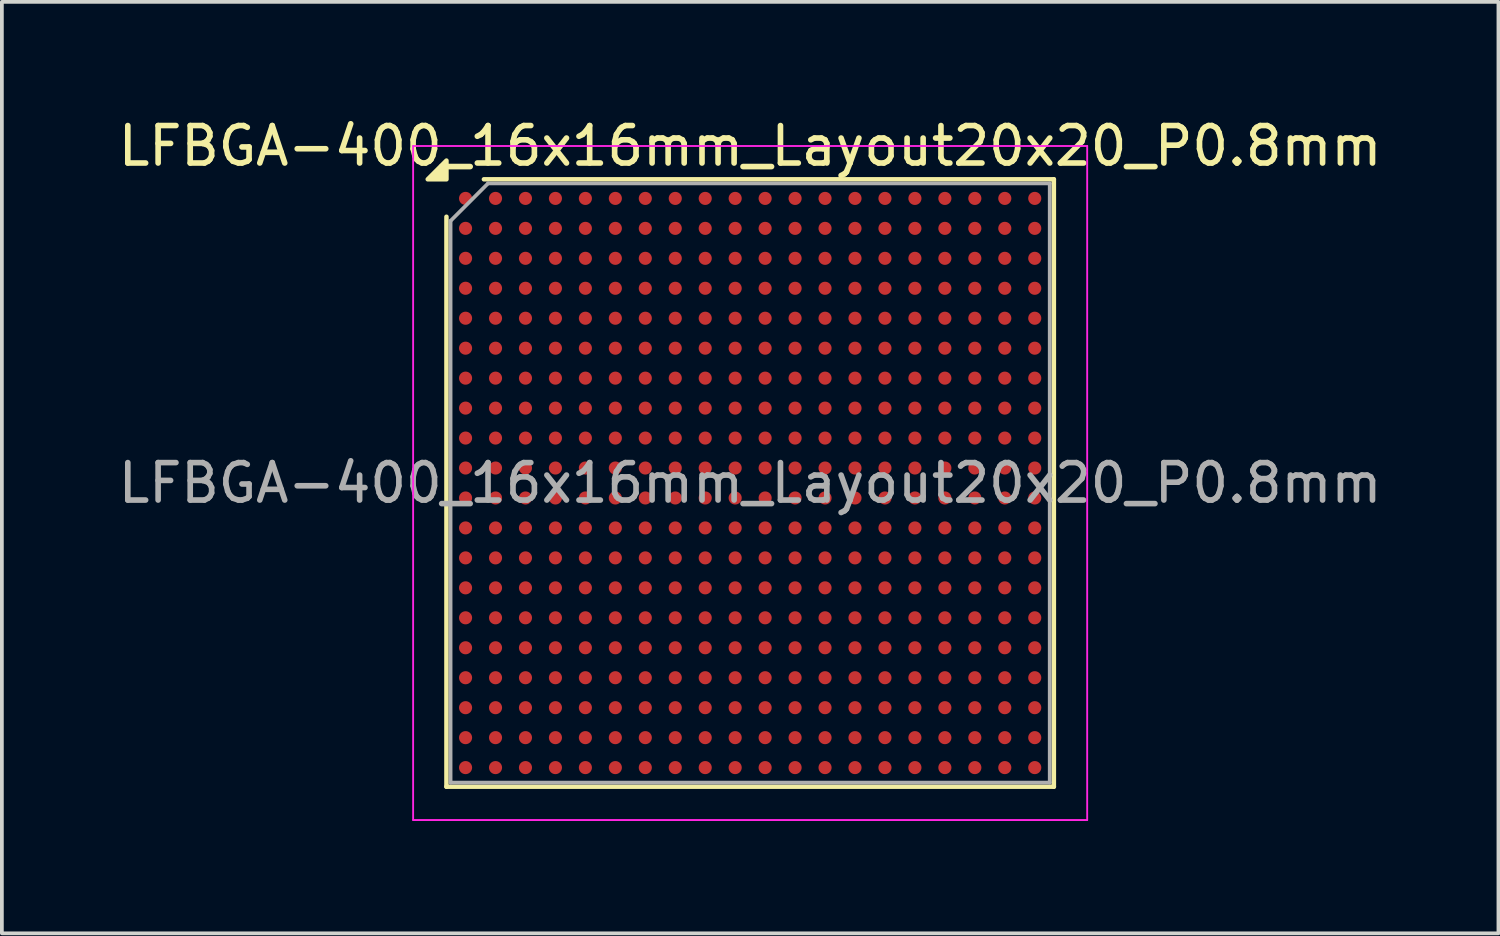
<source format=kicad_pcb>
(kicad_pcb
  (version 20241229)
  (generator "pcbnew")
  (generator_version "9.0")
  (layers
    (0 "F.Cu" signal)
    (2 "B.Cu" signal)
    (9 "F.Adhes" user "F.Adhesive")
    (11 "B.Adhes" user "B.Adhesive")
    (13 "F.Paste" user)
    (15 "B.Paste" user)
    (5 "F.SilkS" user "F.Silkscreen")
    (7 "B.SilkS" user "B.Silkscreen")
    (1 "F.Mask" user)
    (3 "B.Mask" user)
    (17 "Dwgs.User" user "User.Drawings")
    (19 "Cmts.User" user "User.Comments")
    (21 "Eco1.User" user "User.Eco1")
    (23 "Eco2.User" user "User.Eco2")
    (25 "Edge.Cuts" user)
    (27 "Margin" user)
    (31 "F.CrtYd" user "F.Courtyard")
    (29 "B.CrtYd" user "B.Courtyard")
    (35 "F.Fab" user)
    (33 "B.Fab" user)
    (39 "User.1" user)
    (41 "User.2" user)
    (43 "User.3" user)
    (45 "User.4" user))
  (footprint "LFBGA-400_16x16mm_Layout20x20_P0.8mm"
    (layer "F.Cu")
    (at 16.982 9.848)
    (property "Reference" "LFBGA-400_16x16mm_Layout20x20_P0.8mm" (at 0 -9 0) (layer "F.SilkS") (effects (font (size 1 1) (thickness 0.15))))
    (attr smd)
    (fp_line (start -8.11 8.11) (end -8.11 -7.11) (stroke (width 0.12) (type solid)) (layer "F.SilkS"))
    (fp_line (start -7.11 -8.11) (end 8.11 -8.11) (stroke (width 0.12) (type solid)) (layer "F.SilkS"))
    (fp_line (start 8.11 -8.11) (end 8.11 8.11) (stroke (width 0.12) (type solid)) (layer "F.SilkS"))
    (fp_line (start 8.11 8.11) (end -8.11 8.11) (stroke (width 0.12) (type solid)) (layer "F.SilkS"))
    (fp_poly (pts (xy -8.11 -8.11) (xy -8.61 -8.11) (xy -8.11 -8.61) (xy -8.11 -8.11)) (stroke (width 0.12) (type solid)) (fill yes) (layer "F.SilkS"))
    (fp_line (start -9 -9) (end -9 9) (stroke (width 0.05) (type solid)) (layer "F.CrtYd"))
    (fp_line (start -9 9) (end 9 9) (stroke (width 0.05) (type solid)) (layer "F.CrtYd"))
    (fp_line (start 9 -9) (end -9 -9) (stroke (width 0.05) (type solid)) (layer "F.CrtYd"))
    (fp_line (start 9 9) (end 9 -9) (stroke (width 0.05) (type solid)) (layer "F.CrtYd"))
    (fp_line (start -8 -7) (end -7 -8) (stroke (width 0.1) (type solid)) (layer "F.Fab"))
    (fp_line (start -8 8) (end -8 -7) (stroke (width 0.1) (type solid)) (layer "F.Fab"))
    (fp_line (start -7 -8) (end 8 -8) (stroke (width 0.1) (type solid)) (layer "F.Fab"))
    (fp_line (start 8 -8) (end 8 8) (stroke (width 0.1) (type solid)) (layer "F.Fab"))
    (fp_line (start 8 8) (end -8 8) (stroke (width 0.1) (type solid)) (layer "F.Fab"))
    (fp_text user "${REFERENCE}" (at 0 0 0) (layer "F.Fab") (effects (font (size 1 1) (thickness 0.15))))
    (pad "A1" smd circle (at -7.6 -7.6) (size 0.35 0.35) (property pad_prop_bga) (layers "F.Cu" "F.Mask" "F.Paste"))
    (pad "A2" smd circle (at -6.8 -7.6) (size 0.35 0.35) (property pad_prop_bga) (layers "F.Cu" "F.Mask" "F.Paste"))
    (pad "A3" smd circle (at -6 -7.6) (size 0.35 0.35) (property pad_prop_bga) (layers "F.Cu" "F.Mask" "F.Paste"))
    (pad "A4" smd circle (at -5.2 -7.6) (size 0.35 0.35) (property pad_prop_bga) (layers "F.Cu" "F.Mask" "F.Paste"))
    (pad "A5" smd circle (at -4.4 -7.6) (size 0.35 0.35) (property pad_prop_bga) (layers "F.Cu" "F.Mask" "F.Paste"))
    (pad "A6" smd circle (at -3.6 -7.6) (size 0.35 0.35) (property pad_prop_bga) (layers "F.Cu" "F.Mask" "F.Paste"))
    (pad "A7" smd circle (at -2.8 -7.6) (size 0.35 0.35) (property pad_prop_bga) (layers "F.Cu" "F.Mask" "F.Paste"))
    (pad "A8" smd circle (at -2 -7.6) (size 0.35 0.35) (property pad_prop_bga) (layers "F.Cu" "F.Mask" "F.Paste"))
    (pad "A9" smd circle (at -1.2 -7.6) (size 0.35 0.35) (property pad_prop_bga) (layers "F.Cu" "F.Mask" "F.Paste"))
    (pad "A10" smd circle (at -0.4 -7.6) (size 0.35 0.35) (property pad_prop_bga) (layers "F.Cu" "F.Mask" "F.Paste"))
    (pad "A11" smd circle (at 0.4 -7.6) (size 0.35 0.35) (property pad_prop_bga) (layers "F.Cu" "F.Mask" "F.Paste"))
    (pad "A12" smd circle (at 1.2 -7.6) (size 0.35 0.35) (property pad_prop_bga) (layers "F.Cu" "F.Mask" "F.Paste"))
    (pad "A13" smd circle (at 2 -7.6) (size 0.35 0.35) (property pad_prop_bga) (layers "F.Cu" "F.Mask" "F.Paste"))
    (pad "A14" smd circle (at 2.8 -7.6) (size 0.35 0.35) (property pad_prop_bga) (layers "F.Cu" "F.Mask" "F.Paste"))
    (pad "A15" smd circle (at 3.6 -7.6) (size 0.35 0.35) (property pad_prop_bga) (layers "F.Cu" "F.Mask" "F.Paste"))
    (pad "A16" smd circle (at 4.4 -7.6) (size 0.35 0.35) (property pad_prop_bga) (layers "F.Cu" "F.Mask" "F.Paste"))
    (pad "A17" smd circle (at 5.2 -7.6) (size 0.35 0.35) (property pad_prop_bga) (layers "F.Cu" "F.Mask" "F.Paste"))
    (pad "A18" smd circle (at 6 -7.6) (size 0.35 0.35) (property pad_prop_bga) (layers "F.Cu" "F.Mask" "F.Paste"))
    (pad "A19" smd circle (at 6.8 -7.6) (size 0.35 0.35) (property pad_prop_bga) (layers "F.Cu" "F.Mask" "F.Paste"))
    (pad "A20" smd circle (at 7.6 -7.6) (size 0.35 0.35) (property pad_prop_bga) (layers "F.Cu" "F.Mask" "F.Paste"))
    (pad "B1" smd circle (at -7.6 -6.8) (size 0.35 0.35) (property pad_prop_bga) (layers "F.Cu" "F.Mask" "F.Paste"))
    (pad "B2" smd circle (at -6.8 -6.8) (size 0.35 0.35) (property pad_prop_bga) (layers "F.Cu" "F.Mask" "F.Paste"))
    (pad "B3" smd circle (at -6 -6.8) (size 0.35 0.35) (property pad_prop_bga) (layers "F.Cu" "F.Mask" "F.Paste"))
    (pad "B4" smd circle (at -5.2 -6.8) (size 0.35 0.35) (property pad_prop_bga) (layers "F.Cu" "F.Mask" "F.Paste"))
    (pad "B5" smd circle (at -4.4 -6.8) (size 0.35 0.35) (property pad_prop_bga) (layers "F.Cu" "F.Mask" "F.Paste"))
    (pad "B6" smd circle (at -3.6 -6.8) (size 0.35 0.35) (property pad_prop_bga) (layers "F.Cu" "F.Mask" "F.Paste"))
    (pad "B7" smd circle (at -2.8 -6.8) (size 0.35 0.35) (property pad_prop_bga) (layers "F.Cu" "F.Mask" "F.Paste"))
    (pad "B8" smd circle (at -2 -6.8) (size 0.35 0.35) (property pad_prop_bga) (layers "F.Cu" "F.Mask" "F.Paste"))
    (pad "B9" smd circle (at -1.2 -6.8) (size 0.35 0.35) (property pad_prop_bga) (layers "F.Cu" "F.Mask" "F.Paste"))
    (pad "B10" smd circle (at -0.4 -6.8) (size 0.35 0.35) (property pad_prop_bga) (layers "F.Cu" "F.Mask" "F.Paste"))
    (pad "B11" smd circle (at 0.4 -6.8) (size 0.35 0.35) (property pad_prop_bga) (layers "F.Cu" "F.Mask" "F.Paste"))
    (pad "B12" smd circle (at 1.2 -6.8) (size 0.35 0.35) (property pad_prop_bga) (layers "F.Cu" "F.Mask" "F.Paste"))
    (pad "B13" smd circle (at 2 -6.8) (size 0.35 0.35) (property pad_prop_bga) (layers "F.Cu" "F.Mask" "F.Paste"))
    (pad "B14" smd circle (at 2.8 -6.8) (size 0.35 0.35) (property pad_prop_bga) (layers "F.Cu" "F.Mask" "F.Paste"))
    (pad "B15" smd circle (at 3.6 -6.8) (size 0.35 0.35) (property pad_prop_bga) (layers "F.Cu" "F.Mask" "F.Paste"))
    (pad "B16" smd circle (at 4.4 -6.8) (size 0.35 0.35) (property pad_prop_bga) (layers "F.Cu" "F.Mask" "F.Paste"))
    (pad "B17" smd circle (at 5.2 -6.8) (size 0.35 0.35) (property pad_prop_bga) (layers "F.Cu" "F.Mask" "F.Paste"))
    (pad "B18" smd circle (at 6 -6.8) (size 0.35 0.35) (property pad_prop_bga) (layers "F.Cu" "F.Mask" "F.Paste"))
    (pad "B19" smd circle (at 6.8 -6.8) (size 0.35 0.35) (property pad_prop_bga) (layers "F.Cu" "F.Mask" "F.Paste"))
    (pad "B20" smd circle (at 7.6 -6.8) (size 0.35 0.35) (property pad_prop_bga) (layers "F.Cu" "F.Mask" "F.Paste"))
    (pad "C1" smd circle (at -7.6 -6) (size 0.35 0.35) (property pad_prop_bga) (layers "F.Cu" "F.Mask" "F.Paste"))
    (pad "C2" smd circle (at -6.8 -6) (size 0.35 0.35) (property pad_prop_bga) (layers "F.Cu" "F.Mask" "F.Paste"))
    (pad "C3" smd circle (at -6 -6) (size 0.35 0.35) (property pad_prop_bga) (layers "F.Cu" "F.Mask" "F.Paste"))
    (pad "C4" smd circle (at -5.2 -6) (size 0.35 0.35) (property pad_prop_bga) (layers "F.Cu" "F.Mask" "F.Paste"))
    (pad "C5" smd circle (at -4.4 -6) (size 0.35 0.35) (property pad_prop_bga) (layers "F.Cu" "F.Mask" "F.Paste"))
    (pad "C6" smd circle (at -3.6 -6) (size 0.35 0.35) (property pad_prop_bga) (layers "F.Cu" "F.Mask" "F.Paste"))
    (pad "C7" smd circle (at -2.8 -6) (size 0.35 0.35) (property pad_prop_bga) (layers "F.Cu" "F.Mask" "F.Paste"))
    (pad "C8" smd circle (at -2 -6) (size 0.35 0.35) (property pad_prop_bga) (layers "F.Cu" "F.Mask" "F.Paste"))
    (pad "C9" smd circle (at -1.2 -6) (size 0.35 0.35) (property pad_prop_bga) (layers "F.Cu" "F.Mask" "F.Paste"))
    (pad "C10" smd circle (at -0.4 -6) (size 0.35 0.35) (property pad_prop_bga) (layers "F.Cu" "F.Mask" "F.Paste"))
    (pad "C11" smd circle (at 0.4 -6) (size 0.35 0.35) (property pad_prop_bga) (layers "F.Cu" "F.Mask" "F.Paste"))
    (pad "C12" smd circle (at 1.2 -6) (size 0.35 0.35) (property pad_prop_bga) (layers "F.Cu" "F.Mask" "F.Paste"))
    (pad "C13" smd circle (at 2 -6) (size 0.35 0.35) (property pad_prop_bga) (layers "F.Cu" "F.Mask" "F.Paste"))
    (pad "C14" smd circle (at 2.8 -6) (size 0.35 0.35) (property pad_prop_bga) (layers "F.Cu" "F.Mask" "F.Paste"))
    (pad "C15" smd circle (at 3.6 -6) (size 0.35 0.35) (property pad_prop_bga) (layers "F.Cu" "F.Mask" "F.Paste"))
    (pad "C16" smd circle (at 4.4 -6) (size 0.35 0.35) (property pad_prop_bga) (layers "F.Cu" "F.Mask" "F.Paste"))
    (pad "C17" smd circle (at 5.2 -6) (size 0.35 0.35) (property pad_prop_bga) (layers "F.Cu" "F.Mask" "F.Paste"))
    (pad "C18" smd circle (at 6 -6) (size 0.35 0.35) (property pad_prop_bga) (layers "F.Cu" "F.Mask" "F.Paste"))
    (pad "C19" smd circle (at 6.8 -6) (size 0.35 0.35) (property pad_prop_bga) (layers "F.Cu" "F.Mask" "F.Paste"))
    (pad "C20" smd circle (at 7.6 -6) (size 0.35 0.35) (property pad_prop_bga) (layers "F.Cu" "F.Mask" "F.Paste"))
    (pad "D1" smd circle (at -7.6 -5.2) (size 0.35 0.35) (property pad_prop_bga) (layers "F.Cu" "F.Mask" "F.Paste"))
    (pad "D2" smd circle (at -6.8 -5.2) (size 0.35 0.35) (property pad_prop_bga) (layers "F.Cu" "F.Mask" "F.Paste"))
    (pad "D3" smd circle (at -6 -5.2) (size 0.35 0.35) (property pad_prop_bga) (layers "F.Cu" "F.Mask" "F.Paste"))
    (pad "D4" smd circle (at -5.2 -5.2) (size 0.35 0.35) (property pad_prop_bga) (layers "F.Cu" "F.Mask" "F.Paste"))
    (pad "D5" smd circle (at -4.4 -5.2) (size 0.35 0.35) (property pad_prop_bga) (layers "F.Cu" "F.Mask" "F.Paste"))
    (pad "D6" smd circle (at -3.6 -5.2) (size 0.35 0.35) (property pad_prop_bga) (layers "F.Cu" "F.Mask" "F.Paste"))
    (pad "D7" smd circle (at -2.8 -5.2) (size 0.35 0.35) (property pad_prop_bga) (layers "F.Cu" "F.Mask" "F.Paste"))
    (pad "D8" smd circle (at -2 -5.2) (size 0.35 0.35) (property pad_prop_bga) (layers "F.Cu" "F.Mask" "F.Paste"))
    (pad "D9" smd circle (at -1.2 -5.2) (size 0.35 0.35) (property pad_prop_bga) (layers "F.Cu" "F.Mask" "F.Paste"))
    (pad "D10" smd circle (at -0.4 -5.2) (size 0.35 0.35) (property pad_prop_bga) (layers "F.Cu" "F.Mask" "F.Paste"))
    (pad "D11" smd circle (at 0.4 -5.2) (size 0.35 0.35) (property pad_prop_bga) (layers "F.Cu" "F.Mask" "F.Paste"))
    (pad "D12" smd circle (at 1.2 -5.2) (size 0.35 0.35) (property pad_prop_bga) (layers "F.Cu" "F.Mask" "F.Paste"))
    (pad "D13" smd circle (at 2 -5.2) (size 0.35 0.35) (property pad_prop_bga) (layers "F.Cu" "F.Mask" "F.Paste"))
    (pad "D14" smd circle (at 2.8 -5.2) (size 0.35 0.35) (property pad_prop_bga) (layers "F.Cu" "F.Mask" "F.Paste"))
    (pad "D15" smd circle (at 3.6 -5.2) (size 0.35 0.35) (property pad_prop_bga) (layers "F.Cu" "F.Mask" "F.Paste"))
    (pad "D16" smd circle (at 4.4 -5.2) (size 0.35 0.35) (property pad_prop_bga) (layers "F.Cu" "F.Mask" "F.Paste"))
    (pad "D17" smd circle (at 5.2 -5.2) (size 0.35 0.35) (property pad_prop_bga) (layers "F.Cu" "F.Mask" "F.Paste"))
    (pad "D18" smd circle (at 6 -5.2) (size 0.35 0.35) (property pad_prop_bga) (layers "F.Cu" "F.Mask" "F.Paste"))
    (pad "D19" smd circle (at 6.8 -5.2) (size 0.35 0.35) (property pad_prop_bga) (layers "F.Cu" "F.Mask" "F.Paste"))
    (pad "D20" smd circle (at 7.6 -5.2) (size 0.35 0.35) (property pad_prop_bga) (layers "F.Cu" "F.Mask" "F.Paste"))
    (pad "E1" smd circle (at -7.6 -4.4) (size 0.35 0.35) (property pad_prop_bga) (layers "F.Cu" "F.Mask" "F.Paste"))
    (pad "E2" smd circle (at -6.8 -4.4) (size 0.35 0.35) (property pad_prop_bga) (layers "F.Cu" "F.Mask" "F.Paste"))
    (pad "E3" smd circle (at -6 -4.4) (size 0.35 0.35) (property pad_prop_bga) (layers "F.Cu" "F.Mask" "F.Paste"))
    (pad "E4" smd circle (at -5.2 -4.4) (size 0.35 0.35) (property pad_prop_bga) (layers "F.Cu" "F.Mask" "F.Paste"))
    (pad "E5" smd circle (at -4.4 -4.4) (size 0.35 0.35) (property pad_prop_bga) (layers "F.Cu" "F.Mask" "F.Paste"))
    (pad "E6" smd circle (at -3.6 -4.4) (size 0.35 0.35) (property pad_prop_bga) (layers "F.Cu" "F.Mask" "F.Paste"))
    (pad "E7" smd circle (at -2.8 -4.4) (size 0.35 0.35) (property pad_prop_bga) (layers "F.Cu" "F.Mask" "F.Paste"))
    (pad "E8" smd circle (at -2 -4.4) (size 0.35 0.35) (property pad_prop_bga) (layers "F.Cu" "F.Mask" "F.Paste"))
    (pad "E9" smd circle (at -1.2 -4.4) (size 0.35 0.35) (property pad_prop_bga) (layers "F.Cu" "F.Mask" "F.Paste"))
    (pad "E10" smd circle (at -0.4 -4.4) (size 0.35 0.35) (property pad_prop_bga) (layers "F.Cu" "F.Mask" "F.Paste"))
    (pad "E11" smd circle (at 0.4 -4.4) (size 0.35 0.35) (property pad_prop_bga) (layers "F.Cu" "F.Mask" "F.Paste"))
    (pad "E12" smd circle (at 1.2 -4.4) (size 0.35 0.35) (property pad_prop_bga) (layers "F.Cu" "F.Mask" "F.Paste"))
    (pad "E13" smd circle (at 2 -4.4) (size 0.35 0.35) (property pad_prop_bga) (layers "F.Cu" "F.Mask" "F.Paste"))
    (pad "E14" smd circle (at 2.8 -4.4) (size 0.35 0.35) (property pad_prop_bga) (layers "F.Cu" "F.Mask" "F.Paste"))
    (pad "E15" smd circle (at 3.6 -4.4) (size 0.35 0.35) (property pad_prop_bga) (layers "F.Cu" "F.Mask" "F.Paste"))
    (pad "E16" smd circle (at 4.4 -4.4) (size 0.35 0.35) (property pad_prop_bga) (layers "F.Cu" "F.Mask" "F.Paste"))
    (pad "E17" smd circle (at 5.2 -4.4) (size 0.35 0.35) (property pad_prop_bga) (layers "F.Cu" "F.Mask" "F.Paste"))
    (pad "E18" smd circle (at 6 -4.4) (size 0.35 0.35) (property pad_prop_bga) (layers "F.Cu" "F.Mask" "F.Paste"))
    (pad "E19" smd circle (at 6.8 -4.4) (size 0.35 0.35) (property pad_prop_bga) (layers "F.Cu" "F.Mask" "F.Paste"))
    (pad "E20" smd circle (at 7.6 -4.4) (size 0.35 0.35) (property pad_prop_bga) (layers "F.Cu" "F.Mask" "F.Paste"))
    (pad "F1" smd circle (at -7.6 -3.6) (size 0.35 0.35) (property pad_prop_bga) (layers "F.Cu" "F.Mask" "F.Paste"))
    (pad "F2" smd circle (at -6.8 -3.6) (size 0.35 0.35) (property pad_prop_bga) (layers "F.Cu" "F.Mask" "F.Paste"))
    (pad "F3" smd circle (at -6 -3.6) (size 0.35 0.35) (property pad_prop_bga) (layers "F.Cu" "F.Mask" "F.Paste"))
    (pad "F4" smd circle (at -5.2 -3.6) (size 0.35 0.35) (property pad_prop_bga) (layers "F.Cu" "F.Mask" "F.Paste"))
    (pad "F5" smd circle (at -4.4 -3.6) (size 0.35 0.35) (property pad_prop_bga) (layers "F.Cu" "F.Mask" "F.Paste"))
    (pad "F6" smd circle (at -3.6 -3.6) (size 0.35 0.35) (property pad_prop_bga) (layers "F.Cu" "F.Mask" "F.Paste"))
    (pad "F7" smd circle (at -2.8 -3.6) (size 0.35 0.35) (property pad_prop_bga) (layers "F.Cu" "F.Mask" "F.Paste"))
    (pad "F8" smd circle (at -2 -3.6) (size 0.35 0.35) (property pad_prop_bga) (layers "F.Cu" "F.Mask" "F.Paste"))
    (pad "F9" smd circle (at -1.2 -3.6) (size 0.35 0.35) (property pad_prop_bga) (layers "F.Cu" "F.Mask" "F.Paste"))
    (pad "F10" smd circle (at -0.4 -3.6) (size 0.35 0.35) (property pad_prop_bga) (layers "F.Cu" "F.Mask" "F.Paste"))
    (pad "F11" smd circle (at 0.4 -3.6) (size 0.35 0.35) (property pad_prop_bga) (layers "F.Cu" "F.Mask" "F.Paste"))
    (pad "F12" smd circle (at 1.2 -3.6) (size 0.35 0.35) (property pad_prop_bga) (layers "F.Cu" "F.Mask" "F.Paste"))
    (pad "F13" smd circle (at 2 -3.6) (size 0.35 0.35) (property pad_prop_bga) (layers "F.Cu" "F.Mask" "F.Paste"))
    (pad "F14" smd circle (at 2.8 -3.6) (size 0.35 0.35) (property pad_prop_bga) (layers "F.Cu" "F.Mask" "F.Paste"))
    (pad "F15" smd circle (at 3.6 -3.6) (size 0.35 0.35) (property pad_prop_bga) (layers "F.Cu" "F.Mask" "F.Paste"))
    (pad "F16" smd circle (at 4.4 -3.6) (size 0.35 0.35) (property pad_prop_bga) (layers "F.Cu" "F.Mask" "F.Paste"))
    (pad "F17" smd circle (at 5.2 -3.6) (size 0.35 0.35) (property pad_prop_bga) (layers "F.Cu" "F.Mask" "F.Paste"))
    (pad "F18" smd circle (at 6 -3.6) (size 0.35 0.35) (property pad_prop_bga) (layers "F.Cu" "F.Mask" "F.Paste"))
    (pad "F19" smd circle (at 6.8 -3.6) (size 0.35 0.35) (property pad_prop_bga) (layers "F.Cu" "F.Mask" "F.Paste"))
    (pad "F20" smd circle (at 7.6 -3.6) (size 0.35 0.35) (property pad_prop_bga) (layers "F.Cu" "F.Mask" "F.Paste"))
    (pad "G1" smd circle (at -7.6 -2.8) (size 0.35 0.35) (property pad_prop_bga) (layers "F.Cu" "F.Mask" "F.Paste"))
    (pad "G2" smd circle (at -6.8 -2.8) (size 0.35 0.35) (property pad_prop_bga) (layers "F.Cu" "F.Mask" "F.Paste"))
    (pad "G3" smd circle (at -6 -2.8) (size 0.35 0.35) (property pad_prop_bga) (layers "F.Cu" "F.Mask" "F.Paste"))
    (pad "G4" smd circle (at -5.2 -2.8) (size 0.35 0.35) (property pad_prop_bga) (layers "F.Cu" "F.Mask" "F.Paste"))
    (pad "G5" smd circle (at -4.4 -2.8) (size 0.35 0.35) (property pad_prop_bga) (layers "F.Cu" "F.Mask" "F.Paste"))
    (pad "G6" smd circle (at -3.6 -2.8) (size 0.35 0.35) (property pad_prop_bga) (layers "F.Cu" "F.Mask" "F.Paste"))
    (pad "G7" smd circle (at -2.8 -2.8) (size 0.35 0.35) (property pad_prop_bga) (layers "F.Cu" "F.Mask" "F.Paste"))
    (pad "G8" smd circle (at -2 -2.8) (size 0.35 0.35) (property pad_prop_bga) (layers "F.Cu" "F.Mask" "F.Paste"))
    (pad "G9" smd circle (at -1.2 -2.8) (size 0.35 0.35) (property pad_prop_bga) (layers "F.Cu" "F.Mask" "F.Paste"))
    (pad "G10" smd circle (at -0.4 -2.8) (size 0.35 0.35) (property pad_prop_bga) (layers "F.Cu" "F.Mask" "F.Paste"))
    (pad "G11" smd circle (at 0.4 -2.8) (size 0.35 0.35) (property pad_prop_bga) (layers "F.Cu" "F.Mask" "F.Paste"))
    (pad "G12" smd circle (at 1.2 -2.8) (size 0.35 0.35) (property pad_prop_bga) (layers "F.Cu" "F.Mask" "F.Paste"))
    (pad "G13" smd circle (at 2 -2.8) (size 0.35 0.35) (property pad_prop_bga) (layers "F.Cu" "F.Mask" "F.Paste"))
    (pad "G14" smd circle (at 2.8 -2.8) (size 0.35 0.35) (property pad_prop_bga) (layers "F.Cu" "F.Mask" "F.Paste"))
    (pad "G15" smd circle (at 3.6 -2.8) (size 0.35 0.35) (property pad_prop_bga) (layers "F.Cu" "F.Mask" "F.Paste"))
    (pad "G16" smd circle (at 4.4 -2.8) (size 0.35 0.35) (property pad_prop_bga) (layers "F.Cu" "F.Mask" "F.Paste"))
    (pad "G17" smd circle (at 5.2 -2.8) (size 0.35 0.35) (property pad_prop_bga) (layers "F.Cu" "F.Mask" "F.Paste"))
    (pad "G18" smd circle (at 6 -2.8) (size 0.35 0.35) (property pad_prop_bga) (layers "F.Cu" "F.Mask" "F.Paste"))
    (pad "G19" smd circle (at 6.8 -2.8) (size 0.35 0.35) (property pad_prop_bga) (layers "F.Cu" "F.Mask" "F.Paste"))
    (pad "G20" smd circle (at 7.6 -2.8) (size 0.35 0.35) (property pad_prop_bga) (layers "F.Cu" "F.Mask" "F.Paste"))
    (pad "H1" smd circle (at -7.6 -2) (size 0.35 0.35) (property pad_prop_bga) (layers "F.Cu" "F.Mask" "F.Paste"))
    (pad "H2" smd circle (at -6.8 -2) (size 0.35 0.35) (property pad_prop_bga) (layers "F.Cu" "F.Mask" "F.Paste"))
    (pad "H3" smd circle (at -6 -2) (size 0.35 0.35) (property pad_prop_bga) (layers "F.Cu" "F.Mask" "F.Paste"))
    (pad "H4" smd circle (at -5.2 -2) (size 0.35 0.35) (property pad_prop_bga) (layers "F.Cu" "F.Mask" "F.Paste"))
    (pad "H5" smd circle (at -4.4 -2) (size 0.35 0.35) (property pad_prop_bga) (layers "F.Cu" "F.Mask" "F.Paste"))
    (pad "H6" smd circle (at -3.6 -2) (size 0.35 0.35) (property pad_prop_bga) (layers "F.Cu" "F.Mask" "F.Paste"))
    (pad "H7" smd circle (at -2.8 -2) (size 0.35 0.35) (property pad_prop_bga) (layers "F.Cu" "F.Mask" "F.Paste"))
    (pad "H8" smd circle (at -2 -2) (size 0.35 0.35) (property pad_prop_bga) (layers "F.Cu" "F.Mask" "F.Paste"))
    (pad "H9" smd circle (at -1.2 -2) (size 0.35 0.35) (property pad_prop_bga) (layers "F.Cu" "F.Mask" "F.Paste"))
    (pad "H10" smd circle (at -0.4 -2) (size 0.35 0.35) (property pad_prop_bga) (layers "F.Cu" "F.Mask" "F.Paste"))
    (pad "H11" smd circle (at 0.4 -2) (size 0.35 0.35) (property pad_prop_bga) (layers "F.Cu" "F.Mask" "F.Paste"))
    (pad "H12" smd circle (at 1.2 -2) (size 0.35 0.35) (property pad_prop_bga) (layers "F.Cu" "F.Mask" "F.Paste"))
    (pad "H13" smd circle (at 2 -2) (size 0.35 0.35) (property pad_prop_bga) (layers "F.Cu" "F.Mask" "F.Paste"))
    (pad "H14" smd circle (at 2.8 -2) (size 0.35 0.35) (property pad_prop_bga) (layers "F.Cu" "F.Mask" "F.Paste"))
    (pad "H15" smd circle (at 3.6 -2) (size 0.35 0.35) (property pad_prop_bga) (layers "F.Cu" "F.Mask" "F.Paste"))
    (pad "H16" smd circle (at 4.4 -2) (size 0.35 0.35) (property pad_prop_bga) (layers "F.Cu" "F.Mask" "F.Paste"))
    (pad "H17" smd circle (at 5.2 -2) (size 0.35 0.35) (property pad_prop_bga) (layers "F.Cu" "F.Mask" "F.Paste"))
    (pad "H18" smd circle (at 6 -2) (size 0.35 0.35) (property pad_prop_bga) (layers "F.Cu" "F.Mask" "F.Paste"))
    (pad "H19" smd circle (at 6.8 -2) (size 0.35 0.35) (property pad_prop_bga) (layers "F.Cu" "F.Mask" "F.Paste"))
    (pad "H20" smd circle (at 7.6 -2) (size 0.35 0.35) (property pad_prop_bga) (layers "F.Cu" "F.Mask" "F.Paste"))
    (pad "J1" smd circle (at -7.6 -1.2) (size 0.35 0.35) (property pad_prop_bga) (layers "F.Cu" "F.Mask" "F.Paste"))
    (pad "J2" smd circle (at -6.8 -1.2) (size 0.35 0.35) (property pad_prop_bga) (layers "F.Cu" "F.Mask" "F.Paste"))
    (pad "J3" smd circle (at -6 -1.2) (size 0.35 0.35) (property pad_prop_bga) (layers "F.Cu" "F.Mask" "F.Paste"))
    (pad "J4" smd circle (at -5.2 -1.2) (size 0.35 0.35) (property pad_prop_bga) (layers "F.Cu" "F.Mask" "F.Paste"))
    (pad "J5" smd circle (at -4.4 -1.2) (size 0.35 0.35) (property pad_prop_bga) (layers "F.Cu" "F.Mask" "F.Paste"))
    (pad "J6" smd circle (at -3.6 -1.2) (size 0.35 0.35) (property pad_prop_bga) (layers "F.Cu" "F.Mask" "F.Paste"))
    (pad "J7" smd circle (at -2.8 -1.2) (size 0.35 0.35) (property pad_prop_bga) (layers "F.Cu" "F.Mask" "F.Paste"))
    (pad "J8" smd circle (at -2 -1.2) (size 0.35 0.35) (property pad_prop_bga) (layers "F.Cu" "F.Mask" "F.Paste"))
    (pad "J9" smd circle (at -1.2 -1.2) (size 0.35 0.35) (property pad_prop_bga) (layers "F.Cu" "F.Mask" "F.Paste"))
    (pad "J10" smd circle (at -0.4 -1.2) (size 0.35 0.35) (property pad_prop_bga) (layers "F.Cu" "F.Mask" "F.Paste"))
    (pad "J11" smd circle (at 0.4 -1.2) (size 0.35 0.35) (property pad_prop_bga) (layers "F.Cu" "F.Mask" "F.Paste"))
    (pad "J12" smd circle (at 1.2 -1.2) (size 0.35 0.35) (property pad_prop_bga) (layers "F.Cu" "F.Mask" "F.Paste"))
    (pad "J13" smd circle (at 2 -1.2) (size 0.35 0.35) (property pad_prop_bga) (layers "F.Cu" "F.Mask" "F.Paste"))
    (pad "J14" smd circle (at 2.8 -1.2) (size 0.35 0.35) (property pad_prop_bga) (layers "F.Cu" "F.Mask" "F.Paste"))
    (pad "J15" smd circle (at 3.6 -1.2) (size 0.35 0.35) (property pad_prop_bga) (layers "F.Cu" "F.Mask" "F.Paste"))
    (pad "J16" smd circle (at 4.4 -1.2) (size 0.35 0.35) (property pad_prop_bga) (layers "F.Cu" "F.Mask" "F.Paste"))
    (pad "J17" smd circle (at 5.2 -1.2) (size 0.35 0.35) (property pad_prop_bga) (layers "F.Cu" "F.Mask" "F.Paste"))
    (pad "J18" smd circle (at 6 -1.2) (size 0.35 0.35) (property pad_prop_bga) (layers "F.Cu" "F.Mask" "F.Paste"))
    (pad "J19" smd circle (at 6.8 -1.2) (size 0.35 0.35) (property pad_prop_bga) (layers "F.Cu" "F.Mask" "F.Paste"))
    (pad "J20" smd circle (at 7.6 -1.2) (size 0.35 0.35) (property pad_prop_bga) (layers "F.Cu" "F.Mask" "F.Paste"))
    (pad "K1" smd circle (at -7.6 -0.4) (size 0.35 0.35) (property pad_prop_bga) (layers "F.Cu" "F.Mask" "F.Paste"))
    (pad "K2" smd circle (at -6.8 -0.4) (size 0.35 0.35) (property pad_prop_bga) (layers "F.Cu" "F.Mask" "F.Paste"))
    (pad "K3" smd circle (at -6 -0.4) (size 0.35 0.35) (property pad_prop_bga) (layers "F.Cu" "F.Mask" "F.Paste"))
    (pad "K4" smd circle (at -5.2 -0.4) (size 0.35 0.35) (property pad_prop_bga) (layers "F.Cu" "F.Mask" "F.Paste"))
    (pad "K5" smd circle (at -4.4 -0.4) (size 0.35 0.35) (property pad_prop_bga) (layers "F.Cu" "F.Mask" "F.Paste"))
    (pad "K6" smd circle (at -3.6 -0.4) (size 0.35 0.35) (property pad_prop_bga) (layers "F.Cu" "F.Mask" "F.Paste"))
    (pad "K7" smd circle (at -2.8 -0.4) (size 0.35 0.35) (property pad_prop_bga) (layers "F.Cu" "F.Mask" "F.Paste"))
    (pad "K8" smd circle (at -2 -0.4) (size 0.35 0.35) (property pad_prop_bga) (layers "F.Cu" "F.Mask" "F.Paste"))
    (pad "K9" smd circle (at -1.2 -0.4) (size 0.35 0.35) (property pad_prop_bga) (layers "F.Cu" "F.Mask" "F.Paste"))
    (pad "K10" smd circle (at -0.4 -0.4) (size 0.35 0.35) (property pad_prop_bga) (layers "F.Cu" "F.Mask" "F.Paste"))
    (pad "K11" smd circle (at 0.4 -0.4) (size 0.35 0.35) (property pad_prop_bga) (layers "F.Cu" "F.Mask" "F.Paste"))
    (pad "K12" smd circle (at 1.2 -0.4) (size 0.35 0.35) (property pad_prop_bga) (layers "F.Cu" "F.Mask" "F.Paste"))
    (pad "K13" smd circle (at 2 -0.4) (size 0.35 0.35) (property pad_prop_bga) (layers "F.Cu" "F.Mask" "F.Paste"))
    (pad "K14" smd circle (at 2.8 -0.4) (size 0.35 0.35) (property pad_prop_bga) (layers "F.Cu" "F.Mask" "F.Paste"))
    (pad "K15" smd circle (at 3.6 -0.4) (size 0.35 0.35) (property pad_prop_bga) (layers "F.Cu" "F.Mask" "F.Paste"))
    (pad "K16" smd circle (at 4.4 -0.4) (size 0.35 0.35) (property pad_prop_bga) (layers "F.Cu" "F.Mask" "F.Paste"))
    (pad "K17" smd circle (at 5.2 -0.4) (size 0.35 0.35) (property pad_prop_bga) (layers "F.Cu" "F.Mask" "F.Paste"))
    (pad "K18" smd circle (at 6 -0.4) (size 0.35 0.35) (property pad_prop_bga) (layers "F.Cu" "F.Mask" "F.Paste"))
    (pad "K19" smd circle (at 6.8 -0.4) (size 0.35 0.35) (property pad_prop_bga) (layers "F.Cu" "F.Mask" "F.Paste"))
    (pad "K20" smd circle (at 7.6 -0.4) (size 0.35 0.35) (property pad_prop_bga) (layers "F.Cu" "F.Mask" "F.Paste"))
    (pad "L1" smd circle (at -7.6 0.4) (size 0.35 0.35) (property pad_prop_bga) (layers "F.Cu" "F.Mask" "F.Paste"))
    (pad "L2" smd circle (at -6.8 0.4) (size 0.35 0.35) (property pad_prop_bga) (layers "F.Cu" "F.Mask" "F.Paste"))
    (pad "L3" smd circle (at -6 0.4) (size 0.35 0.35) (property pad_prop_bga) (layers "F.Cu" "F.Mask" "F.Paste"))
    (pad "L4" smd circle (at -5.2 0.4) (size 0.35 0.35) (property pad_prop_bga) (layers "F.Cu" "F.Mask" "F.Paste"))
    (pad "L5" smd circle (at -4.4 0.4) (size 0.35 0.35) (property pad_prop_bga) (layers "F.Cu" "F.Mask" "F.Paste"))
    (pad "L6" smd circle (at -3.6 0.4) (size 0.35 0.35) (property pad_prop_bga) (layers "F.Cu" "F.Mask" "F.Paste"))
    (pad "L7" smd circle (at -2.8 0.4) (size 0.35 0.35) (property pad_prop_bga) (layers "F.Cu" "F.Mask" "F.Paste"))
    (pad "L8" smd circle (at -2 0.4) (size 0.35 0.35) (property pad_prop_bga) (layers "F.Cu" "F.Mask" "F.Paste"))
    (pad "L9" smd circle (at -1.2 0.4) (size 0.35 0.35) (property pad_prop_bga) (layers "F.Cu" "F.Mask" "F.Paste"))
    (pad "L10" smd circle (at -0.4 0.4) (size 0.35 0.35) (property pad_prop_bga) (layers "F.Cu" "F.Mask" "F.Paste"))
    (pad "L11" smd circle (at 0.4 0.4) (size 0.35 0.35) (property pad_prop_bga) (layers "F.Cu" "F.Mask" "F.Paste"))
    (pad "L12" smd circle (at 1.2 0.4) (size 0.35 0.35) (property pad_prop_bga) (layers "F.Cu" "F.Mask" "F.Paste"))
    (pad "L13" smd circle (at 2 0.4) (size 0.35 0.35) (property pad_prop_bga) (layers "F.Cu" "F.Mask" "F.Paste"))
    (pad "L14" smd circle (at 2.8 0.4) (size 0.35 0.35) (property pad_prop_bga) (layers "F.Cu" "F.Mask" "F.Paste"))
    (pad "L15" smd circle (at 3.6 0.4) (size 0.35 0.35) (property pad_prop_bga) (layers "F.Cu" "F.Mask" "F.Paste"))
    (pad "L16" smd circle (at 4.4 0.4) (size 0.35 0.35) (property pad_prop_bga) (layers "F.Cu" "F.Mask" "F.Paste"))
    (pad "L17" smd circle (at 5.2 0.4) (size 0.35 0.35) (property pad_prop_bga) (layers "F.Cu" "F.Mask" "F.Paste"))
    (pad "L18" smd circle (at 6 0.4) (size 0.35 0.35) (property pad_prop_bga) (layers "F.Cu" "F.Mask" "F.Paste"))
    (pad "L19" smd circle (at 6.8 0.4) (size 0.35 0.35) (property pad_prop_bga) (layers "F.Cu" "F.Mask" "F.Paste"))
    (pad "L20" smd circle (at 7.6 0.4) (size 0.35 0.35) (property pad_prop_bga) (layers "F.Cu" "F.Mask" "F.Paste"))
    (pad "M1" smd circle (at -7.6 1.2) (size 0.35 0.35) (property pad_prop_bga) (layers "F.Cu" "F.Mask" "F.Paste"))
    (pad "M2" smd circle (at -6.8 1.2) (size 0.35 0.35) (property pad_prop_bga) (layers "F.Cu" "F.Mask" "F.Paste"))
    (pad "M3" smd circle (at -6 1.2) (size 0.35 0.35) (property pad_prop_bga) (layers "F.Cu" "F.Mask" "F.Paste"))
    (pad "M4" smd circle (at -5.2 1.2) (size 0.35 0.35) (property pad_prop_bga) (layers "F.Cu" "F.Mask" "F.Paste"))
    (pad "M5" smd circle (at -4.4 1.2) (size 0.35 0.35) (property pad_prop_bga) (layers "F.Cu" "F.Mask" "F.Paste"))
    (pad "M6" smd circle (at -3.6 1.2) (size 0.35 0.35) (property pad_prop_bga) (layers "F.Cu" "F.Mask" "F.Paste"))
    (pad "M7" smd circle (at -2.8 1.2) (size 0.35 0.35) (property pad_prop_bga) (layers "F.Cu" "F.Mask" "F.Paste"))
    (pad "M8" smd circle (at -2 1.2) (size 0.35 0.35) (property pad_prop_bga) (layers "F.Cu" "F.Mask" "F.Paste"))
    (pad "M9" smd circle (at -1.2 1.2) (size 0.35 0.35) (property pad_prop_bga) (layers "F.Cu" "F.Mask" "F.Paste"))
    (pad "M10" smd circle (at -0.4 1.2) (size 0.35 0.35) (property pad_prop_bga) (layers "F.Cu" "F.Mask" "F.Paste"))
    (pad "M11" smd circle (at 0.4 1.2) (size 0.35 0.35) (property pad_prop_bga) (layers "F.Cu" "F.Mask" "F.Paste"))
    (pad "M12" smd circle (at 1.2 1.2) (size 0.35 0.35) (property pad_prop_bga) (layers "F.Cu" "F.Mask" "F.Paste"))
    (pad "M13" smd circle (at 2 1.2) (size 0.35 0.35) (property pad_prop_bga) (layers "F.Cu" "F.Mask" "F.Paste"))
    (pad "M14" smd circle (at 2.8 1.2) (size 0.35 0.35) (property pad_prop_bga) (layers "F.Cu" "F.Mask" "F.Paste"))
    (pad "M15" smd circle (at 3.6 1.2) (size 0.35 0.35) (property pad_prop_bga) (layers "F.Cu" "F.Mask" "F.Paste"))
    (pad "M16" smd circle (at 4.4 1.2) (size 0.35 0.35) (property pad_prop_bga) (layers "F.Cu" "F.Mask" "F.Paste"))
    (pad "M17" smd circle (at 5.2 1.2) (size 0.35 0.35) (property pad_prop_bga) (layers "F.Cu" "F.Mask" "F.Paste"))
    (pad "M18" smd circle (at 6 1.2) (size 0.35 0.35) (property pad_prop_bga) (layers "F.Cu" "F.Mask" "F.Paste"))
    (pad "M19" smd circle (at 6.8 1.2) (size 0.35 0.35) (property pad_prop_bga) (layers "F.Cu" "F.Mask" "F.Paste"))
    (pad "M20" smd circle (at 7.6 1.2) (size 0.35 0.35) (property pad_prop_bga) (layers "F.Cu" "F.Mask" "F.Paste"))
    (pad "N1" smd circle (at -7.6 2) (size 0.35 0.35) (property pad_prop_bga) (layers "F.Cu" "F.Mask" "F.Paste"))
    (pad "N2" smd circle (at -6.8 2) (size 0.35 0.35) (property pad_prop_bga) (layers "F.Cu" "F.Mask" "F.Paste"))
    (pad "N3" smd circle (at -6 2) (size 0.35 0.35) (property pad_prop_bga) (layers "F.Cu" "F.Mask" "F.Paste"))
    (pad "N4" smd circle (at -5.2 2) (size 0.35 0.35) (property pad_prop_bga) (layers "F.Cu" "F.Mask" "F.Paste"))
    (pad "N5" smd circle (at -4.4 2) (size 0.35 0.35) (property pad_prop_bga) (layers "F.Cu" "F.Mask" "F.Paste"))
    (pad "N6" smd circle (at -3.6 2) (size 0.35 0.35) (property pad_prop_bga) (layers "F.Cu" "F.Mask" "F.Paste"))
    (pad "N7" smd circle (at -2.8 2) (size 0.35 0.35) (property pad_prop_bga) (layers "F.Cu" "F.Mask" "F.Paste"))
    (pad "N8" smd circle (at -2 2) (size 0.35 0.35) (property pad_prop_bga) (layers "F.Cu" "F.Mask" "F.Paste"))
    (pad "N9" smd circle (at -1.2 2) (size 0.35 0.35) (property pad_prop_bga) (layers "F.Cu" "F.Mask" "F.Paste"))
    (pad "N10" smd circle (at -0.4 2) (size 0.35 0.35) (property pad_prop_bga) (layers "F.Cu" "F.Mask" "F.Paste"))
    (pad "N11" smd circle (at 0.4 2) (size 0.35 0.35) (property pad_prop_bga) (layers "F.Cu" "F.Mask" "F.Paste"))
    (pad "N12" smd circle (at 1.2 2) (size 0.35 0.35) (property pad_prop_bga) (layers "F.Cu" "F.Mask" "F.Paste"))
    (pad "N13" smd circle (at 2 2) (size 0.35 0.35) (property pad_prop_bga) (layers "F.Cu" "F.Mask" "F.Paste"))
    (pad "N14" smd circle (at 2.8 2) (size 0.35 0.35) (property pad_prop_bga) (layers "F.Cu" "F.Mask" "F.Paste"))
    (pad "N15" smd circle (at 3.6 2) (size 0.35 0.35) (property pad_prop_bga) (layers "F.Cu" "F.Mask" "F.Paste"))
    (pad "N16" smd circle (at 4.4 2) (size 0.35 0.35) (property pad_prop_bga) (layers "F.Cu" "F.Mask" "F.Paste"))
    (pad "N17" smd circle (at 5.2 2) (size 0.35 0.35) (property pad_prop_bga) (layers "F.Cu" "F.Mask" "F.Paste"))
    (pad "N18" smd circle (at 6 2) (size 0.35 0.35) (property pad_prop_bga) (layers "F.Cu" "F.Mask" "F.Paste"))
    (pad "N19" smd circle (at 6.8 2) (size 0.35 0.35) (property pad_prop_bga) (layers "F.Cu" "F.Mask" "F.Paste"))
    (pad "N20" smd circle (at 7.6 2) (size 0.35 0.35) (property pad_prop_bga) (layers "F.Cu" "F.Mask" "F.Paste"))
    (pad "P1" smd circle (at -7.6 2.8) (size 0.35 0.35) (property pad_prop_bga) (layers "F.Cu" "F.Mask" "F.Paste"))
    (pad "P2" smd circle (at -6.8 2.8) (size 0.35 0.35) (property pad_prop_bga) (layers "F.Cu" "F.Mask" "F.Paste"))
    (pad "P3" smd circle (at -6 2.8) (size 0.35 0.35) (property pad_prop_bga) (layers "F.Cu" "F.Mask" "F.Paste"))
    (pad "P4" smd circle (at -5.2 2.8) (size 0.35 0.35) (property pad_prop_bga) (layers "F.Cu" "F.Mask" "F.Paste"))
    (pad "P5" smd circle (at -4.4 2.8) (size 0.35 0.35) (property pad_prop_bga) (layers "F.Cu" "F.Mask" "F.Paste"))
    (pad "P6" smd circle (at -3.6 2.8) (size 0.35 0.35) (property pad_prop_bga) (layers "F.Cu" "F.Mask" "F.Paste"))
    (pad "P7" smd circle (at -2.8 2.8) (size 0.35 0.35) (property pad_prop_bga) (layers "F.Cu" "F.Mask" "F.Paste"))
    (pad "P8" smd circle (at -2 2.8) (size 0.35 0.35) (property pad_prop_bga) (layers "F.Cu" "F.Mask" "F.Paste"))
    (pad "P9" smd circle (at -1.2 2.8) (size 0.35 0.35) (property pad_prop_bga) (layers "F.Cu" "F.Mask" "F.Paste"))
    (pad "P10" smd circle (at -0.4 2.8) (size 0.35 0.35) (property pad_prop_bga) (layers "F.Cu" "F.Mask" "F.Paste"))
    (pad "P11" smd circle (at 0.4 2.8) (size 0.35 0.35) (property pad_prop_bga) (layers "F.Cu" "F.Mask" "F.Paste"))
    (pad "P12" smd circle (at 1.2 2.8) (size 0.35 0.35) (property pad_prop_bga) (layers "F.Cu" "F.Mask" "F.Paste"))
    (pad "P13" smd circle (at 2 2.8) (size 0.35 0.35) (property pad_prop_bga) (layers "F.Cu" "F.Mask" "F.Paste"))
    (pad "P14" smd circle (at 2.8 2.8) (size 0.35 0.35) (property pad_prop_bga) (layers "F.Cu" "F.Mask" "F.Paste"))
    (pad "P15" smd circle (at 3.6 2.8) (size 0.35 0.35) (property pad_prop_bga) (layers "F.Cu" "F.Mask" "F.Paste"))
    (pad "P16" smd circle (at 4.4 2.8) (size 0.35 0.35) (property pad_prop_bga) (layers "F.Cu" "F.Mask" "F.Paste"))
    (pad "P17" smd circle (at 5.2 2.8) (size 0.35 0.35) (property pad_prop_bga) (layers "F.Cu" "F.Mask" "F.Paste"))
    (pad "P18" smd circle (at 6 2.8) (size 0.35 0.35) (property pad_prop_bga) (layers "F.Cu" "F.Mask" "F.Paste"))
    (pad "P19" smd circle (at 6.8 2.8) (size 0.35 0.35) (property pad_prop_bga) (layers "F.Cu" "F.Mask" "F.Paste"))
    (pad "P20" smd circle (at 7.6 2.8) (size 0.35 0.35) (property pad_prop_bga) (layers "F.Cu" "F.Mask" "F.Paste"))
    (pad "R1" smd circle (at -7.6 3.6) (size 0.35 0.35) (property pad_prop_bga) (layers "F.Cu" "F.Mask" "F.Paste"))
    (pad "R2" smd circle (at -6.8 3.6) (size 0.35 0.35) (property pad_prop_bga) (layers "F.Cu" "F.Mask" "F.Paste"))
    (pad "R3" smd circle (at -6 3.6) (size 0.35 0.35) (property pad_prop_bga) (layers "F.Cu" "F.Mask" "F.Paste"))
    (pad "R4" smd circle (at -5.2 3.6) (size 0.35 0.35) (property pad_prop_bga) (layers "F.Cu" "F.Mask" "F.Paste"))
    (pad "R5" smd circle (at -4.4 3.6) (size 0.35 0.35) (property pad_prop_bga) (layers "F.Cu" "F.Mask" "F.Paste"))
    (pad "R6" smd circle (at -3.6 3.6) (size 0.35 0.35) (property pad_prop_bga) (layers "F.Cu" "F.Mask" "F.Paste"))
    (pad "R7" smd circle (at -2.8 3.6) (size 0.35 0.35) (property pad_prop_bga) (layers "F.Cu" "F.Mask" "F.Paste"))
    (pad "R8" smd circle (at -2 3.6) (size 0.35 0.35) (property pad_prop_bga) (layers "F.Cu" "F.Mask" "F.Paste"))
    (pad "R9" smd circle (at -1.2 3.6) (size 0.35 0.35) (property pad_prop_bga) (layers "F.Cu" "F.Mask" "F.Paste"))
    (pad "R10" smd circle (at -0.4 3.6) (size 0.35 0.35) (property pad_prop_bga) (layers "F.Cu" "F.Mask" "F.Paste"))
    (pad "R11" smd circle (at 0.4 3.6) (size 0.35 0.35) (property pad_prop_bga) (layers "F.Cu" "F.Mask" "F.Paste"))
    (pad "R12" smd circle (at 1.2 3.6) (size 0.35 0.35) (property pad_prop_bga) (layers "F.Cu" "F.Mask" "F.Paste"))
    (pad "R13" smd circle (at 2 3.6) (size 0.35 0.35) (property pad_prop_bga) (layers "F.Cu" "F.Mask" "F.Paste"))
    (pad "R14" smd circle (at 2.8 3.6) (size 0.35 0.35) (property pad_prop_bga) (layers "F.Cu" "F.Mask" "F.Paste"))
    (pad "R15" smd circle (at 3.6 3.6) (size 0.35 0.35) (property pad_prop_bga) (layers "F.Cu" "F.Mask" "F.Paste"))
    (pad "R16" smd circle (at 4.4 3.6) (size 0.35 0.35) (property pad_prop_bga) (layers "F.Cu" "F.Mask" "F.Paste"))
    (pad "R17" smd circle (at 5.2 3.6) (size 0.35 0.35) (property pad_prop_bga) (layers "F.Cu" "F.Mask" "F.Paste"))
    (pad "R18" smd circle (at 6 3.6) (size 0.35 0.35) (property pad_prop_bga) (layers "F.Cu" "F.Mask" "F.Paste"))
    (pad "R19" smd circle (at 6.8 3.6) (size 0.35 0.35) (property pad_prop_bga) (layers "F.Cu" "F.Mask" "F.Paste"))
    (pad "R20" smd circle (at 7.6 3.6) (size 0.35 0.35) (property pad_prop_bga) (layers "F.Cu" "F.Mask" "F.Paste"))
    (pad "T1" smd circle (at -7.6 4.4) (size 0.35 0.35) (property pad_prop_bga) (layers "F.Cu" "F.Mask" "F.Paste"))
    (pad "T2" smd circle (at -6.8 4.4) (size 0.35 0.35) (property pad_prop_bga) (layers "F.Cu" "F.Mask" "F.Paste"))
    (pad "T3" smd circle (at -6 4.4) (size 0.35 0.35) (property pad_prop_bga) (layers "F.Cu" "F.Mask" "F.Paste"))
    (pad "T4" smd circle (at -5.2 4.4) (size 0.35 0.35) (property pad_prop_bga) (layers "F.Cu" "F.Mask" "F.Paste"))
    (pad "T5" smd circle (at -4.4 4.4) (size 0.35 0.35) (property pad_prop_bga) (layers "F.Cu" "F.Mask" "F.Paste"))
    (pad "T6" smd circle (at -3.6 4.4) (size 0.35 0.35) (property pad_prop_bga) (layers "F.Cu" "F.Mask" "F.Paste"))
    (pad "T7" smd circle (at -2.8 4.4) (size 0.35 0.35) (property pad_prop_bga) (layers "F.Cu" "F.Mask" "F.Paste"))
    (pad "T8" smd circle (at -2 4.4) (size 0.35 0.35) (property pad_prop_bga) (layers "F.Cu" "F.Mask" "F.Paste"))
    (pad "T9" smd circle (at -1.2 4.4) (size 0.35 0.35) (property pad_prop_bga) (layers "F.Cu" "F.Mask" "F.Paste"))
    (pad "T10" smd circle (at -0.4 4.4) (size 0.35 0.35) (property pad_prop_bga) (layers "F.Cu" "F.Mask" "F.Paste"))
    (pad "T11" smd circle (at 0.4 4.4) (size 0.35 0.35) (property pad_prop_bga) (layers "F.Cu" "F.Mask" "F.Paste"))
    (pad "T12" smd circle (at 1.2 4.4) (size 0.35 0.35) (property pad_prop_bga) (layers "F.Cu" "F.Mask" "F.Paste"))
    (pad "T13" smd circle (at 2 4.4) (size 0.35 0.35) (property pad_prop_bga) (layers "F.Cu" "F.Mask" "F.Paste"))
    (pad "T14" smd circle (at 2.8 4.4) (size 0.35 0.35) (property pad_prop_bga) (layers "F.Cu" "F.Mask" "F.Paste"))
    (pad "T15" smd circle (at 3.6 4.4) (size 0.35 0.35) (property pad_prop_bga) (layers "F.Cu" "F.Mask" "F.Paste"))
    (pad "T16" smd circle (at 4.4 4.4) (size 0.35 0.35) (property pad_prop_bga) (layers "F.Cu" "F.Mask" "F.Paste"))
    (pad "T17" smd circle (at 5.2 4.4) (size 0.35 0.35) (property pad_prop_bga) (layers "F.Cu" "F.Mask" "F.Paste"))
    (pad "T18" smd circle (at 6 4.4) (size 0.35 0.35) (property pad_prop_bga) (layers "F.Cu" "F.Mask" "F.Paste"))
    (pad "T19" smd circle (at 6.8 4.4) (size 0.35 0.35) (property pad_prop_bga) (layers "F.Cu" "F.Mask" "F.Paste"))
    (pad "T20" smd circle (at 7.6 4.4) (size 0.35 0.35) (property pad_prop_bga) (layers "F.Cu" "F.Mask" "F.Paste"))
    (pad "U1" smd circle (at -7.6 5.2) (size 0.35 0.35) (property pad_prop_bga) (layers "F.Cu" "F.Mask" "F.Paste"))
    (pad "U2" smd circle (at -6.8 5.2) (size 0.35 0.35) (property pad_prop_bga) (layers "F.Cu" "F.Mask" "F.Paste"))
    (pad "U3" smd circle (at -6 5.2) (size 0.35 0.35) (property pad_prop_bga) (layers "F.Cu" "F.Mask" "F.Paste"))
    (pad "U4" smd circle (at -5.2 5.2) (size 0.35 0.35) (property pad_prop_bga) (layers "F.Cu" "F.Mask" "F.Paste"))
    (pad "U5" smd circle (at -4.4 5.2) (size 0.35 0.35) (property pad_prop_bga) (layers "F.Cu" "F.Mask" "F.Paste"))
    (pad "U6" smd circle (at -3.6 5.2) (size 0.35 0.35) (property pad_prop_bga) (layers "F.Cu" "F.Mask" "F.Paste"))
    (pad "U7" smd circle (at -2.8 5.2) (size 0.35 0.35) (property pad_prop_bga) (layers "F.Cu" "F.Mask" "F.Paste"))
    (pad "U8" smd circle (at -2 5.2) (size 0.35 0.35) (property pad_prop_bga) (layers "F.Cu" "F.Mask" "F.Paste"))
    (pad "U9" smd circle (at -1.2 5.2) (size 0.35 0.35) (property pad_prop_bga) (layers "F.Cu" "F.Mask" "F.Paste"))
    (pad "U10" smd circle (at -0.4 5.2) (size 0.35 0.35) (property pad_prop_bga) (layers "F.Cu" "F.Mask" "F.Paste"))
    (pad "U11" smd circle (at 0.4 5.2) (size 0.35 0.35) (property pad_prop_bga) (layers "F.Cu" "F.Mask" "F.Paste"))
    (pad "U12" smd circle (at 1.2 5.2) (size 0.35 0.35) (property pad_prop_bga) (layers "F.Cu" "F.Mask" "F.Paste"))
    (pad "U13" smd circle (at 2 5.2) (size 0.35 0.35) (property pad_prop_bga) (layers "F.Cu" "F.Mask" "F.Paste"))
    (pad "U14" smd circle (at 2.8 5.2) (size 0.35 0.35) (property pad_prop_bga) (layers "F.Cu" "F.Mask" "F.Paste"))
    (pad "U15" smd circle (at 3.6 5.2) (size 0.35 0.35) (property pad_prop_bga) (layers "F.Cu" "F.Mask" "F.Paste"))
    (pad "U16" smd circle (at 4.4 5.2) (size 0.35 0.35) (property pad_prop_bga) (layers "F.Cu" "F.Mask" "F.Paste"))
    (pad "U17" smd circle (at 5.2 5.2) (size 0.35 0.35) (property pad_prop_bga) (layers "F.Cu" "F.Mask" "F.Paste"))
    (pad "U18" smd circle (at 6 5.2) (size 0.35 0.35) (property pad_prop_bga) (layers "F.Cu" "F.Mask" "F.Paste"))
    (pad "U19" smd circle (at 6.8 5.2) (size 0.35 0.35) (property pad_prop_bga) (layers "F.Cu" "F.Mask" "F.Paste"))
    (pad "U20" smd circle (at 7.6 5.2) (size 0.35 0.35) (property pad_prop_bga) (layers "F.Cu" "F.Mask" "F.Paste"))
    (pad "V1" smd circle (at -7.6 6) (size 0.35 0.35) (property pad_prop_bga) (layers "F.Cu" "F.Mask" "F.Paste"))
    (pad "V2" smd circle (at -6.8 6) (size 0.35 0.35) (property pad_prop_bga) (layers "F.Cu" "F.Mask" "F.Paste"))
    (pad "V3" smd circle (at -6 6) (size 0.35 0.35) (property pad_prop_bga) (layers "F.Cu" "F.Mask" "F.Paste"))
    (pad "V4" smd circle (at -5.2 6) (size 0.35 0.35) (property pad_prop_bga) (layers "F.Cu" "F.Mask" "F.Paste"))
    (pad "V5" smd circle (at -4.4 6) (size 0.35 0.35) (property pad_prop_bga) (layers "F.Cu" "F.Mask" "F.Paste"))
    (pad "V6" smd circle (at -3.6 6) (size 0.35 0.35) (property pad_prop_bga) (layers "F.Cu" "F.Mask" "F.Paste"))
    (pad "V7" smd circle (at -2.8 6) (size 0.35 0.35) (property pad_prop_bga) (layers "F.Cu" "F.Mask" "F.Paste"))
    (pad "V8" smd circle (at -2 6) (size 0.35 0.35) (property pad_prop_bga) (layers "F.Cu" "F.Mask" "F.Paste"))
    (pad "V9" smd circle (at -1.2 6) (size 0.35 0.35) (property pad_prop_bga) (layers "F.Cu" "F.Mask" "F.Paste"))
    (pad "V10" smd circle (at -0.4 6) (size 0.35 0.35) (property pad_prop_bga) (layers "F.Cu" "F.Mask" "F.Paste"))
    (pad "V11" smd circle (at 0.4 6) (size 0.35 0.35) (property pad_prop_bga) (layers "F.Cu" "F.Mask" "F.Paste"))
    (pad "V12" smd circle (at 1.2 6) (size 0.35 0.35) (property pad_prop_bga) (layers "F.Cu" "F.Mask" "F.Paste"))
    (pad "V13" smd circle (at 2 6) (size 0.35 0.35) (property pad_prop_bga) (layers "F.Cu" "F.Mask" "F.Paste"))
    (pad "V14" smd circle (at 2.8 6) (size 0.35 0.35) (property pad_prop_bga) (layers "F.Cu" "F.Mask" "F.Paste"))
    (pad "V15" smd circle (at 3.6 6) (size 0.35 0.35) (property pad_prop_bga) (layers "F.Cu" "F.Mask" "F.Paste"))
    (pad "V16" smd circle (at 4.4 6) (size 0.35 0.35) (property pad_prop_bga) (layers "F.Cu" "F.Mask" "F.Paste"))
    (pad "V17" smd circle (at 5.2 6) (size 0.35 0.35) (property pad_prop_bga) (layers "F.Cu" "F.Mask" "F.Paste"))
    (pad "V18" smd circle (at 6 6) (size 0.35 0.35) (property pad_prop_bga) (layers "F.Cu" "F.Mask" "F.Paste"))
    (pad "V19" smd circle (at 6.8 6) (size 0.35 0.35) (property pad_prop_bga) (layers "F.Cu" "F.Mask" "F.Paste"))
    (pad "V20" smd circle (at 7.6 6) (size 0.35 0.35) (property pad_prop_bga) (layers "F.Cu" "F.Mask" "F.Paste"))
    (pad "W1" smd circle (at -7.6 6.8) (size 0.35 0.35) (property pad_prop_bga) (layers "F.Cu" "F.Mask" "F.Paste"))
    (pad "W2" smd circle (at -6.8 6.8) (size 0.35 0.35) (property pad_prop_bga) (layers "F.Cu" "F.Mask" "F.Paste"))
    (pad "W3" smd circle (at -6 6.8) (size 0.35 0.35) (property pad_prop_bga) (layers "F.Cu" "F.Mask" "F.Paste"))
    (pad "W4" smd circle (at -5.2 6.8) (size 0.35 0.35) (property pad_prop_bga) (layers "F.Cu" "F.Mask" "F.Paste"))
    (pad "W5" smd circle (at -4.4 6.8) (size 0.35 0.35) (property pad_prop_bga) (layers "F.Cu" "F.Mask" "F.Paste"))
    (pad "W6" smd circle (at -3.6 6.8) (size 0.35 0.35) (property pad_prop_bga) (layers "F.Cu" "F.Mask" "F.Paste"))
    (pad "W7" smd circle (at -2.8 6.8) (size 0.35 0.35) (property pad_prop_bga) (layers "F.Cu" "F.Mask" "F.Paste"))
    (pad "W8" smd circle (at -2 6.8) (size 0.35 0.35) (property pad_prop_bga) (layers "F.Cu" "F.Mask" "F.Paste"))
    (pad "W9" smd circle (at -1.2 6.8) (size 0.35 0.35) (property pad_prop_bga) (layers "F.Cu" "F.Mask" "F.Paste"))
    (pad "W10" smd circle (at -0.4 6.8) (size 0.35 0.35) (property pad_prop_bga) (layers "F.Cu" "F.Mask" "F.Paste"))
    (pad "W11" smd circle (at 0.4 6.8) (size 0.35 0.35) (property pad_prop_bga) (layers "F.Cu" "F.Mask" "F.Paste"))
    (pad "W12" smd circle (at 1.2 6.8) (size 0.35 0.35) (property pad_prop_bga) (layers "F.Cu" "F.Mask" "F.Paste"))
    (pad "W13" smd circle (at 2 6.8) (size 0.35 0.35) (property pad_prop_bga) (layers "F.Cu" "F.Mask" "F.Paste"))
    (pad "W14" smd circle (at 2.8 6.8) (size 0.35 0.35) (property pad_prop_bga) (layers "F.Cu" "F.Mask" "F.Paste"))
    (pad "W15" smd circle (at 3.6 6.8) (size 0.35 0.35) (property pad_prop_bga) (layers "F.Cu" "F.Mask" "F.Paste"))
    (pad "W16" smd circle (at 4.4 6.8) (size 0.35 0.35) (property pad_prop_bga) (layers "F.Cu" "F.Mask" "F.Paste"))
    (pad "W17" smd circle (at 5.2 6.8) (size 0.35 0.35) (property pad_prop_bga) (layers "F.Cu" "F.Mask" "F.Paste"))
    (pad "W18" smd circle (at 6 6.8) (size 0.35 0.35) (property pad_prop_bga) (layers "F.Cu" "F.Mask" "F.Paste"))
    (pad "W19" smd circle (at 6.8 6.8) (size 0.35 0.35) (property pad_prop_bga) (layers "F.Cu" "F.Mask" "F.Paste"))
    (pad "W20" smd circle (at 7.6 6.8) (size 0.35 0.35) (property pad_prop_bga) (layers "F.Cu" "F.Mask" "F.Paste"))
    (pad "Y1" smd circle (at -7.6 7.6) (size 0.35 0.35) (property pad_prop_bga) (layers "F.Cu" "F.Mask" "F.Paste"))
    (pad "Y2" smd circle (at -6.8 7.6) (size 0.35 0.35) (property pad_prop_bga) (layers "F.Cu" "F.Mask" "F.Paste"))
    (pad "Y3" smd circle (at -6 7.6) (size 0.35 0.35) (property pad_prop_bga) (layers "F.Cu" "F.Mask" "F.Paste"))
    (pad "Y4" smd circle (at -5.2 7.6) (size 0.35 0.35) (property pad_prop_bga) (layers "F.Cu" "F.Mask" "F.Paste"))
    (pad "Y5" smd circle (at -4.4 7.6) (size 0.35 0.35) (property pad_prop_bga) (layers "F.Cu" "F.Mask" "F.Paste"))
    (pad "Y6" smd circle (at -3.6 7.6) (size 0.35 0.35) (property pad_prop_bga) (layers "F.Cu" "F.Mask" "F.Paste"))
    (pad "Y7" smd circle (at -2.8 7.6) (size 0.35 0.35) (property pad_prop_bga) (layers "F.Cu" "F.Mask" "F.Paste"))
    (pad "Y8" smd circle (at -2 7.6) (size 0.35 0.35) (property pad_prop_bga) (layers "F.Cu" "F.Mask" "F.Paste"))
    (pad "Y9" smd circle (at -1.2 7.6) (size 0.35 0.35) (property pad_prop_bga) (layers "F.Cu" "F.Mask" "F.Paste"))
    (pad "Y10" smd circle (at -0.4 7.6) (size 0.35 0.35) (property pad_prop_bga) (layers "F.Cu" "F.Mask" "F.Paste"))
    (pad "Y11" smd circle (at 0.4 7.6) (size 0.35 0.35) (property pad_prop_bga) (layers "F.Cu" "F.Mask" "F.Paste"))
    (pad "Y12" smd circle (at 1.2 7.6) (size 0.35 0.35) (property pad_prop_bga) (layers "F.Cu" "F.Mask" "F.Paste"))
    (pad "Y13" smd circle (at 2 7.6) (size 0.35 0.35) (property pad_prop_bga) (layers "F.Cu" "F.Mask" "F.Paste"))
    (pad "Y14" smd circle (at 2.8 7.6) (size 0.35 0.35) (property pad_prop_bga) (layers "F.Cu" "F.Mask" "F.Paste"))
    (pad "Y15" smd circle (at 3.6 7.6) (size 0.35 0.35) (property pad_prop_bga) (layers "F.Cu" "F.Mask" "F.Paste"))
    (pad "Y16" smd circle (at 4.4 7.6) (size 0.35 0.35) (property pad_prop_bga) (layers "F.Cu" "F.Mask" "F.Paste"))
    (pad "Y17" smd circle (at 5.2 7.6) (size 0.35 0.35) (property pad_prop_bga) (layers "F.Cu" "F.Mask" "F.Paste"))
    (pad "Y18" smd circle (at 6 7.6) (size 0.35 0.35) (property pad_prop_bga) (layers "F.Cu" "F.Mask" "F.Paste"))
    (pad "Y19" smd circle (at 6.8 7.6) (size 0.35 0.35) (property pad_prop_bga) (layers "F.Cu" "F.Mask" "F.Paste"))
    (pad "Y20" smd circle (at 7.6 7.6) (size 0.35 0.35) (property pad_prop_bga) (layers "F.Cu" "F.Mask" "F.Paste")))
  (gr_rect
    (start -3 -3)
    (end 36.964 21.873)
    (stroke (width 0.1) (type default))
    (fill no)
    (layer "Edge.Cuts")))
</source>
